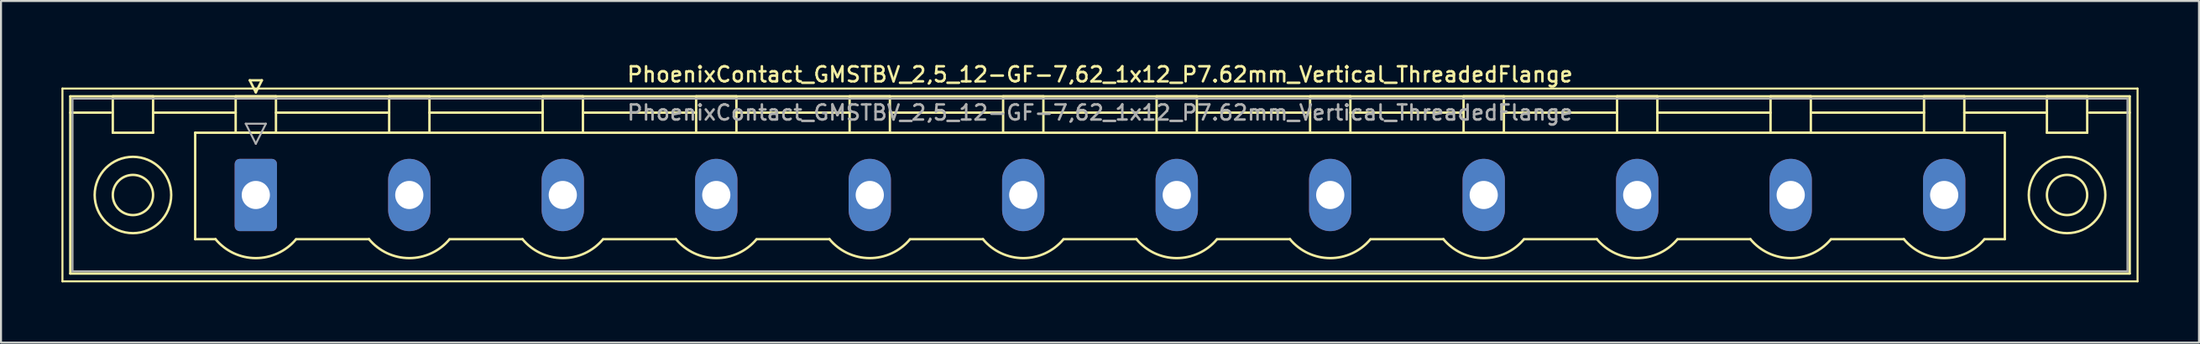
<source format=kicad_pcb>
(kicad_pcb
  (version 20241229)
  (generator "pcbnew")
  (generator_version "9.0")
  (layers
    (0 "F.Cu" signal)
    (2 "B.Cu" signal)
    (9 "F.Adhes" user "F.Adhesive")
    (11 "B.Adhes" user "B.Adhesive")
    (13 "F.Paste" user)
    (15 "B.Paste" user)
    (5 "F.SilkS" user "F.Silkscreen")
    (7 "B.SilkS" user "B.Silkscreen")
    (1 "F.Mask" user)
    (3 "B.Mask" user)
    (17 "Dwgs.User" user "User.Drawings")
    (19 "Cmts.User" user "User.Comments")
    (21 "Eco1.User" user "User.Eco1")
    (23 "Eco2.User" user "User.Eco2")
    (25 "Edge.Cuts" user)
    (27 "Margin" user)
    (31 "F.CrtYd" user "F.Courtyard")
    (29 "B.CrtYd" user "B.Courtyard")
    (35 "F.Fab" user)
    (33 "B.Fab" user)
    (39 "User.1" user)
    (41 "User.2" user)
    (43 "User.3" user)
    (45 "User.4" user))
  (footprint "PhoenixContact_GMSTBV_2,5_12-GF-7,62_1x12_P7.62mm_Vertical_ThreadedFlange"
    (layer "F.Cu")
    (at 9.65 6.658)
    (property "Reference" "PhoenixContact_GMSTBV_2,5_12-GF-7,62_1x12_P7.62mm_Vertical_ThreadedFlange" (at 41.91 -6 0) (layer "F.SilkS") (effects (font (size 0.75 0.75) (thickness 0.125))))
    (attr through_hole)
    (fp_line (start -9.6 -5.3) (end -9.6 4.3) (stroke (width 0.1) (type solid)) (layer "F.SilkS"))
    (fp_line (start -9.6 4.3) (end 93.42 4.3) (stroke (width 0.1) (type solid)) (layer "F.SilkS"))
    (fp_line (start -9.21 -4.91) (end -9.21 3.91) (stroke (width 0.12) (type solid)) (layer "F.SilkS"))
    (fp_line (start -9.21 -4.1) (end -7.21 -4.1) (stroke (width 0.12) (type solid)) (layer "F.SilkS"))
    (fp_line (start -9.21 3.91) (end 93.03 3.91) (stroke (width 0.12) (type solid)) (layer "F.SilkS"))
    (fp_line (start -7.1 -4.91) (end -5.1 -4.91) (stroke (width 0.12) (type solid)) (layer "F.SilkS"))
    (fp_line (start -7.1 -3.1) (end -7.1 -4.91) (stroke (width 0.12) (type solid)) (layer "F.SilkS"))
    (fp_line (start -5.1 -4.91) (end -5.1 -3.1) (stroke (width 0.12) (type solid)) (layer "F.SilkS"))
    (fp_line (start -5.1 -4.1) (end -1 -4.1) (stroke (width 0.12) (type solid)) (layer "F.SilkS"))
    (fp_line (start -5.1 -3.1) (end -7.1 -3.1) (stroke (width 0.12) (type solid)) (layer "F.SilkS"))
    (fp_line (start -3.01 -3.1) (end 86.83 -3.1) (stroke (width 0.12) (type solid)) (layer "F.SilkS"))
    (fp_line (start -3.01 2.2) (end -3.01 -3.1) (stroke (width 0.12) (type solid)) (layer "F.SilkS"))
    (fp_line (start -2 2.2) (end -3.01 2.2) (stroke (width 0.12) (type solid)) (layer "F.SilkS"))
    (fp_line (start -1 -4.91) (end 1 -4.91) (stroke (width 0.12) (type solid)) (layer "F.SilkS"))
    (fp_line (start -1 -3.1) (end -1 -4.91) (stroke (width 0.12) (type solid)) (layer "F.SilkS"))
    (fp_line (start -0.3 -5.71) (end 0.3 -5.71) (stroke (width 0.12) (type solid)) (layer "F.SilkS"))
    (fp_line (start 0 -5.11) (end -0.3 -5.71) (stroke (width 0.12) (type solid)) (layer "F.SilkS"))
    (fp_line (start 0.3 -5.71) (end 0 -5.11) (stroke (width 0.12) (type solid)) (layer "F.SilkS"))
    (fp_line (start 1 -4.91) (end 1 -3.1) (stroke (width 0.12) (type solid)) (layer "F.SilkS"))
    (fp_line (start 1 -4.1) (end 6.62 -4.1) (stroke (width 0.12) (type solid)) (layer "F.SilkS"))
    (fp_line (start 1 -3.1) (end -1 -3.1) (stroke (width 0.12) (type solid)) (layer "F.SilkS"))
    (fp_line (start 2 2.2) (end 5.62 2.2) (stroke (width 0.12) (type solid)) (layer "F.SilkS"))
    (fp_line (start 6.62 -4.91) (end 8.62 -4.91) (stroke (width 0.12) (type solid)) (layer "F.SilkS"))
    (fp_line (start 6.62 -3.1) (end 6.62 -4.91) (stroke (width 0.12) (type solid)) (layer "F.SilkS"))
    (fp_line (start 8.62 -4.91) (end 8.62 -3.1) (stroke (width 0.12) (type solid)) (layer "F.SilkS"))
    (fp_line (start 8.62 -4.1) (end 14.24 -4.1) (stroke (width 0.12) (type solid)) (layer "F.SilkS"))
    (fp_line (start 8.62 -3.1) (end 6.62 -3.1) (stroke (width 0.12) (type solid)) (layer "F.SilkS"))
    (fp_line (start 9.62 2.2) (end 13.24 2.2) (stroke (width 0.12) (type solid)) (layer "F.SilkS"))
    (fp_line (start 14.24 -4.91) (end 16.24 -4.91) (stroke (width 0.12) (type solid)) (layer "F.SilkS"))
    (fp_line (start 14.24 -3.1) (end 14.24 -4.91) (stroke (width 0.12) (type solid)) (layer "F.SilkS"))
    (fp_line (start 16.24 -4.91) (end 16.24 -3.1) (stroke (width 0.12) (type solid)) (layer "F.SilkS"))
    (fp_line (start 16.24 -4.1) (end 21.86 -4.1) (stroke (width 0.12) (type solid)) (layer "F.SilkS"))
    (fp_line (start 16.24 -3.1) (end 14.24 -3.1) (stroke (width 0.12) (type solid)) (layer "F.SilkS"))
    (fp_line (start 17.24 2.2) (end 20.86 2.2) (stroke (width 0.12) (type solid)) (layer "F.SilkS"))
    (fp_line (start 21.86 -4.91) (end 23.86 -4.91) (stroke (width 0.12) (type solid)) (layer "F.SilkS"))
    (fp_line (start 21.86 -3.1) (end 21.86 -4.91) (stroke (width 0.12) (type solid)) (layer "F.SilkS"))
    (fp_line (start 23.86 -4.91) (end 23.86 -3.1) (stroke (width 0.12) (type solid)) (layer "F.SilkS"))
    (fp_line (start 23.86 -4.1) (end 29.48 -4.1) (stroke (width 0.12) (type solid)) (layer "F.SilkS"))
    (fp_line (start 23.86 -3.1) (end 21.86 -3.1) (stroke (width 0.12) (type solid)) (layer "F.SilkS"))
    (fp_line (start 24.86 2.2) (end 28.48 2.2) (stroke (width 0.12) (type solid)) (layer "F.SilkS"))
    (fp_line (start 29.48 -4.91) (end 31.48 -4.91) (stroke (width 0.12) (type solid)) (layer "F.SilkS"))
    (fp_line (start 29.48 -3.1) (end 29.48 -4.91) (stroke (width 0.12) (type solid)) (layer "F.SilkS"))
    (fp_line (start 31.48 -4.91) (end 31.48 -3.1) (stroke (width 0.12) (type solid)) (layer "F.SilkS"))
    (fp_line (start 31.48 -4.1) (end 37.1 -4.1) (stroke (width 0.12) (type solid)) (layer "F.SilkS"))
    (fp_line (start 31.48 -3.1) (end 29.48 -3.1) (stroke (width 0.12) (type solid)) (layer "F.SilkS"))
    (fp_line (start 32.48 2.2) (end 36.1 2.2) (stroke (width 0.12) (type solid)) (layer "F.SilkS"))
    (fp_line (start 37.1 -4.91) (end 39.1 -4.91) (stroke (width 0.12) (type solid)) (layer "F.SilkS"))
    (fp_line (start 37.1 -3.1) (end 37.1 -4.91) (stroke (width 0.12) (type solid)) (layer "F.SilkS"))
    (fp_line (start 39.1 -4.91) (end 39.1 -3.1) (stroke (width 0.12) (type solid)) (layer "F.SilkS"))
    (fp_line (start 39.1 -4.1) (end 44.72 -4.1) (stroke (width 0.12) (type solid)) (layer "F.SilkS"))
    (fp_line (start 39.1 -3.1) (end 37.1 -3.1) (stroke (width 0.12) (type solid)) (layer "F.SilkS"))
    (fp_line (start 40.1 2.2) (end 43.72 2.2) (stroke (width 0.12) (type solid)) (layer "F.SilkS"))
    (fp_line (start 44.72 -4.91) (end 46.72 -4.91) (stroke (width 0.12) (type solid)) (layer "F.SilkS"))
    (fp_line (start 44.72 -3.1) (end 44.72 -4.91) (stroke (width 0.12) (type solid)) (layer "F.SilkS"))
    (fp_line (start 46.72 -4.91) (end 46.72 -3.1) (stroke (width 0.12) (type solid)) (layer "F.SilkS"))
    (fp_line (start 46.72 -4.1) (end 52.34 -4.1) (stroke (width 0.12) (type solid)) (layer "F.SilkS"))
    (fp_line (start 46.72 -3.1) (end 44.72 -3.1) (stroke (width 0.12) (type solid)) (layer "F.SilkS"))
    (fp_line (start 47.72 2.2) (end 51.34 2.2) (stroke (width 0.12) (type solid)) (layer "F.SilkS"))
    (fp_line (start 52.34 -4.91) (end 54.34 -4.91) (stroke (width 0.12) (type solid)) (layer "F.SilkS"))
    (fp_line (start 52.34 -3.1) (end 52.34 -4.91) (stroke (width 0.12) (type solid)) (layer "F.SilkS"))
    (fp_line (start 54.34 -4.91) (end 54.34 -3.1) (stroke (width 0.12) (type solid)) (layer "F.SilkS"))
    (fp_line (start 54.34 -4.1) (end 59.96 -4.1) (stroke (width 0.12) (type solid)) (layer "F.SilkS"))
    (fp_line (start 54.34 -3.1) (end 52.34 -3.1) (stroke (width 0.12) (type solid)) (layer "F.SilkS"))
    (fp_line (start 55.34 2.2) (end 58.96 2.2) (stroke (width 0.12) (type solid)) (layer "F.SilkS"))
    (fp_line (start 59.96 -4.91) (end 61.96 -4.91) (stroke (width 0.12) (type solid)) (layer "F.SilkS"))
    (fp_line (start 59.96 -3.1) (end 59.96 -4.91) (stroke (width 0.12) (type solid)) (layer "F.SilkS"))
    (fp_line (start 61.96 -4.91) (end 61.96 -3.1) (stroke (width 0.12) (type solid)) (layer "F.SilkS"))
    (fp_line (start 61.96 -4.1) (end 67.58 -4.1) (stroke (width 0.12) (type solid)) (layer "F.SilkS"))
    (fp_line (start 61.96 -3.1) (end 59.96 -3.1) (stroke (width 0.12) (type solid)) (layer "F.SilkS"))
    (fp_line (start 62.96 2.2) (end 66.58 2.2) (stroke (width 0.12) (type solid)) (layer "F.SilkS"))
    (fp_line (start 67.58 -4.91) (end 69.58 -4.91) (stroke (width 0.12) (type solid)) (layer "F.SilkS"))
    (fp_line (start 67.58 -3.1) (end 67.58 -4.91) (stroke (width 0.12) (type solid)) (layer "F.SilkS"))
    (fp_line (start 69.58 -4.91) (end 69.58 -3.1) (stroke (width 0.12) (type solid)) (layer "F.SilkS"))
    (fp_line (start 69.58 -4.1) (end 75.2 -4.1) (stroke (width 0.12) (type solid)) (layer "F.SilkS"))
    (fp_line (start 69.58 -3.1) (end 67.58 -3.1) (stroke (width 0.12) (type solid)) (layer "F.SilkS"))
    (fp_line (start 70.58 2.2) (end 74.2 2.2) (stroke (width 0.12) (type solid)) (layer "F.SilkS"))
    (fp_line (start 75.2 -4.91) (end 77.2 -4.91) (stroke (width 0.12) (type solid)) (layer "F.SilkS"))
    (fp_line (start 75.2 -3.1) (end 75.2 -4.91) (stroke (width 0.12) (type solid)) (layer "F.SilkS"))
    (fp_line (start 77.2 -4.91) (end 77.2 -3.1) (stroke (width 0.12) (type solid)) (layer "F.SilkS"))
    (fp_line (start 77.2 -4.1) (end 82.82 -4.1) (stroke (width 0.12) (type solid)) (layer "F.SilkS"))
    (fp_line (start 77.2 -3.1) (end 75.2 -3.1) (stroke (width 0.12) (type solid)) (layer "F.SilkS"))
    (fp_line (start 78.2 2.2) (end 81.82 2.2) (stroke (width 0.12) (type solid)) (layer "F.SilkS"))
    (fp_line (start 82.82 -4.91) (end 84.82 -4.91) (stroke (width 0.12) (type solid)) (layer "F.SilkS"))
    (fp_line (start 82.82 -3.1) (end 82.82 -4.91) (stroke (width 0.12) (type solid)) (layer "F.SilkS"))
    (fp_line (start 84.82 -4.91) (end 84.82 -3.1) (stroke (width 0.12) (type solid)) (layer "F.SilkS"))
    (fp_line (start 84.82 -4.1) (end 88.92 -4.1) (stroke (width 0.12) (type solid)) (layer "F.SilkS"))
    (fp_line (start 84.82 -3.1) (end 82.82 -3.1) (stroke (width 0.12) (type solid)) (layer "F.SilkS"))
    (fp_line (start 86.83 -3.1) (end 86.83 2.2) (stroke (width 0.12) (type solid)) (layer "F.SilkS"))
    (fp_line (start 86.83 2.2) (end 85.82 2.2) (stroke (width 0.12) (type solid)) (layer "F.SilkS"))
    (fp_line (start 88.92 -4.91) (end 90.92 -4.91) (stroke (width 0.12) (type solid)) (layer "F.SilkS"))
    (fp_line (start 88.92 -3.1) (end 88.92 -4.91) (stroke (width 0.12) (type solid)) (layer "F.SilkS"))
    (fp_line (start 90.92 -4.91) (end 90.92 -3.1) (stroke (width 0.12) (type solid)) (layer "F.SilkS"))
    (fp_line (start 90.92 -3.1) (end 88.92 -3.1) (stroke (width 0.12) (type solid)) (layer "F.SilkS"))
    (fp_line (start 93.03 -4.91) (end -9.21 -4.91) (stroke (width 0.12) (type solid)) (layer "F.SilkS"))
    (fp_line (start 93.03 -4.1) (end 91.03 -4.1) (stroke (width 0.12) (type solid)) (layer "F.SilkS"))
    (fp_line (start 93.03 3.91) (end 93.03 -4.91) (stroke (width 0.12) (type solid)) (layer "F.SilkS"))
    (fp_line (start 93.42 -5.3) (end -9.6 -5.3) (stroke (width 0.1) (type solid)) (layer "F.SilkS"))
    (fp_line (start 93.42 4.3) (end 93.42 -5.3) (stroke (width 0.1) (type solid)) (layer "F.SilkS"))
    (fp_arc (start 1.986842 2.215821) (mid -0.010289 3.142758) (end -2 2.2) (stroke (width 0.12) (type solid)) (layer "F.SilkS"))
    (fp_arc (start 9.606842 2.215821) (mid 7.609711 3.142758) (end 5.62 2.2) (stroke (width 0.12) (type solid)) (layer "F.SilkS"))
    (fp_arc (start 17.226842 2.215821) (mid 15.229711 3.142758) (end 13.24 2.2) (stroke (width 0.12) (type solid)) (layer "F.SilkS"))
    (fp_arc (start 24.846842 2.215821) (mid 22.849711 3.142758) (end 20.86 2.2) (stroke (width 0.12) (type solid)) (layer "F.SilkS"))
    (fp_arc (start 32.466842 2.215821) (mid 30.469711 3.142758) (end 28.48 2.2) (stroke (width 0.12) (type solid)) (layer "F.SilkS"))
    (fp_arc (start 40.086842 2.215821) (mid 38.089711 3.142758) (end 36.1 2.2) (stroke (width 0.12) (type solid)) (layer "F.SilkS"))
    (fp_arc (start 47.706842 2.215821) (mid 45.709711 3.142758) (end 43.72 2.2) (stroke (width 0.12) (type solid)) (layer "F.SilkS"))
    (fp_arc (start 55.326842 2.215821) (mid 53.329711 3.142758) (end 51.34 2.2) (stroke (width 0.12) (type solid)) (layer "F.SilkS"))
    (fp_arc (start 62.946842 2.215821) (mid 60.949711 3.142758) (end 58.96 2.2) (stroke (width 0.12) (type solid)) (layer "F.SilkS"))
    (fp_arc (start 70.566842 2.215821) (mid 68.569711 3.142758) (end 66.58 2.2) (stroke (width 0.12) (type solid)) (layer "F.SilkS"))
    (fp_arc (start 78.186842 2.215821) (mid 76.189711 3.142758) (end 74.2 2.2) (stroke (width 0.12) (type solid)) (layer "F.SilkS"))
    (fp_arc (start 85.806842 2.215821) (mid 83.809711 3.142758) (end 81.82 2.2) (stroke (width 0.12) (type solid)) (layer "F.SilkS"))
    (fp_circle (center -6.1 0) (end -5.1 0) (stroke (width 0.12) (type solid)) (fill no) (layer "F.SilkS"))
    (fp_circle (center -6.1 0) (end -4.2 0) (stroke (width 0.12) (type solid)) (fill no) (layer "F.SilkS"))
    (fp_circle (center 89.92 0) (end 90.92 0) (stroke (width 0.12) (type solid)) (fill no) (layer "F.SilkS"))
    (fp_circle (center 89.92 0) (end 91.82 0) (stroke (width 0.12) (type solid)) (fill no) (layer "F.SilkS"))
    (fp_line (start -9.1 -4.8) (end -9.1 3.8) (stroke (width 0.1) (type solid)) (layer "F.Fab"))
    (fp_line (start -9.1 3.8) (end 92.92 3.8) (stroke (width 0.1) (type solid)) (layer "F.Fab"))
    (fp_line (start -0.5 -3.55) (end 0.5 -3.55) (stroke (width 0.1) (type solid)) (layer "F.Fab"))
    (fp_line (start 0 -2.55) (end -0.5 -3.55) (stroke (width 0.1) (type solid)) (layer "F.Fab"))
    (fp_line (start 0.5 -3.55) (end 0 -2.55) (stroke (width 0.1) (type solid)) (layer "F.Fab"))
    (fp_line (start 92.92 -4.8) (end -9.1 -4.8) (stroke (width 0.1) (type solid)) (layer "F.Fab"))
    (fp_line (start 92.92 3.8) (end 92.92 -4.8) (stroke (width 0.1) (type solid)) (layer "F.Fab"))
    (fp_text user "${REFERENCE}" (at 41.91 -4.1 0) (layer "F.Fab") (effects (font (size 0.75 0.75) (thickness 0.125))))
    (pad "1" thru_hole roundrect (at 0 0) (size 2.1 3.6) (drill 1.4) (layers "*.Cu" "*.Mask") (roundrect_rratio 0.119))
    (pad "2" thru_hole oval (at 7.62 0) (size 2.1 3.6) (drill 1.4) (layers "*.Cu" "*.Mask"))
    (pad "3" thru_hole oval (at 15.24 0) (size 2.1 3.6) (drill 1.4) (layers "*.Cu" "*.Mask"))
    (pad "4" thru_hole oval (at 22.86 0) (size 2.1 3.6) (drill 1.4) (layers "*.Cu" "*.Mask"))
    (pad "5" thru_hole oval (at 30.48 0) (size 2.1 3.6) (drill 1.4) (layers "*.Cu" "*.Mask"))
    (pad "6" thru_hole oval (at 38.1 0) (size 2.1 3.6) (drill 1.4) (layers "*.Cu" "*.Mask"))
    (pad "7" thru_hole oval (at 45.72 0) (size 2.1 3.6) (drill 1.4) (layers "*.Cu" "*.Mask"))
    (pad "8" thru_hole oval (at 53.34 0) (size 2.1 3.6) (drill 1.4) (layers "*.Cu" "*.Mask"))
    (pad "9" thru_hole oval (at 60.96 0) (size 2.1 3.6) (drill 1.4) (layers "*.Cu" "*.Mask"))
    (pad "10" thru_hole oval (at 68.58 0) (size 2.1 3.6) (drill 1.4) (layers "*.Cu" "*.Mask"))
    (pad "11" thru_hole oval (at 76.2 0) (size 2.1 3.6) (drill 1.4) (layers "*.Cu" "*.Mask"))
    (pad "12" thru_hole oval (at 83.82 0) (size 2.1 3.6) (drill 1.4) (layers "*.Cu" "*.Mask")))
  (gr_rect
    (start -3 -3)
    (end 106.12 14.008)
    (stroke (width 0.1) (type default))
    (fill no)
    (layer "Edge.Cuts")))
</source>
